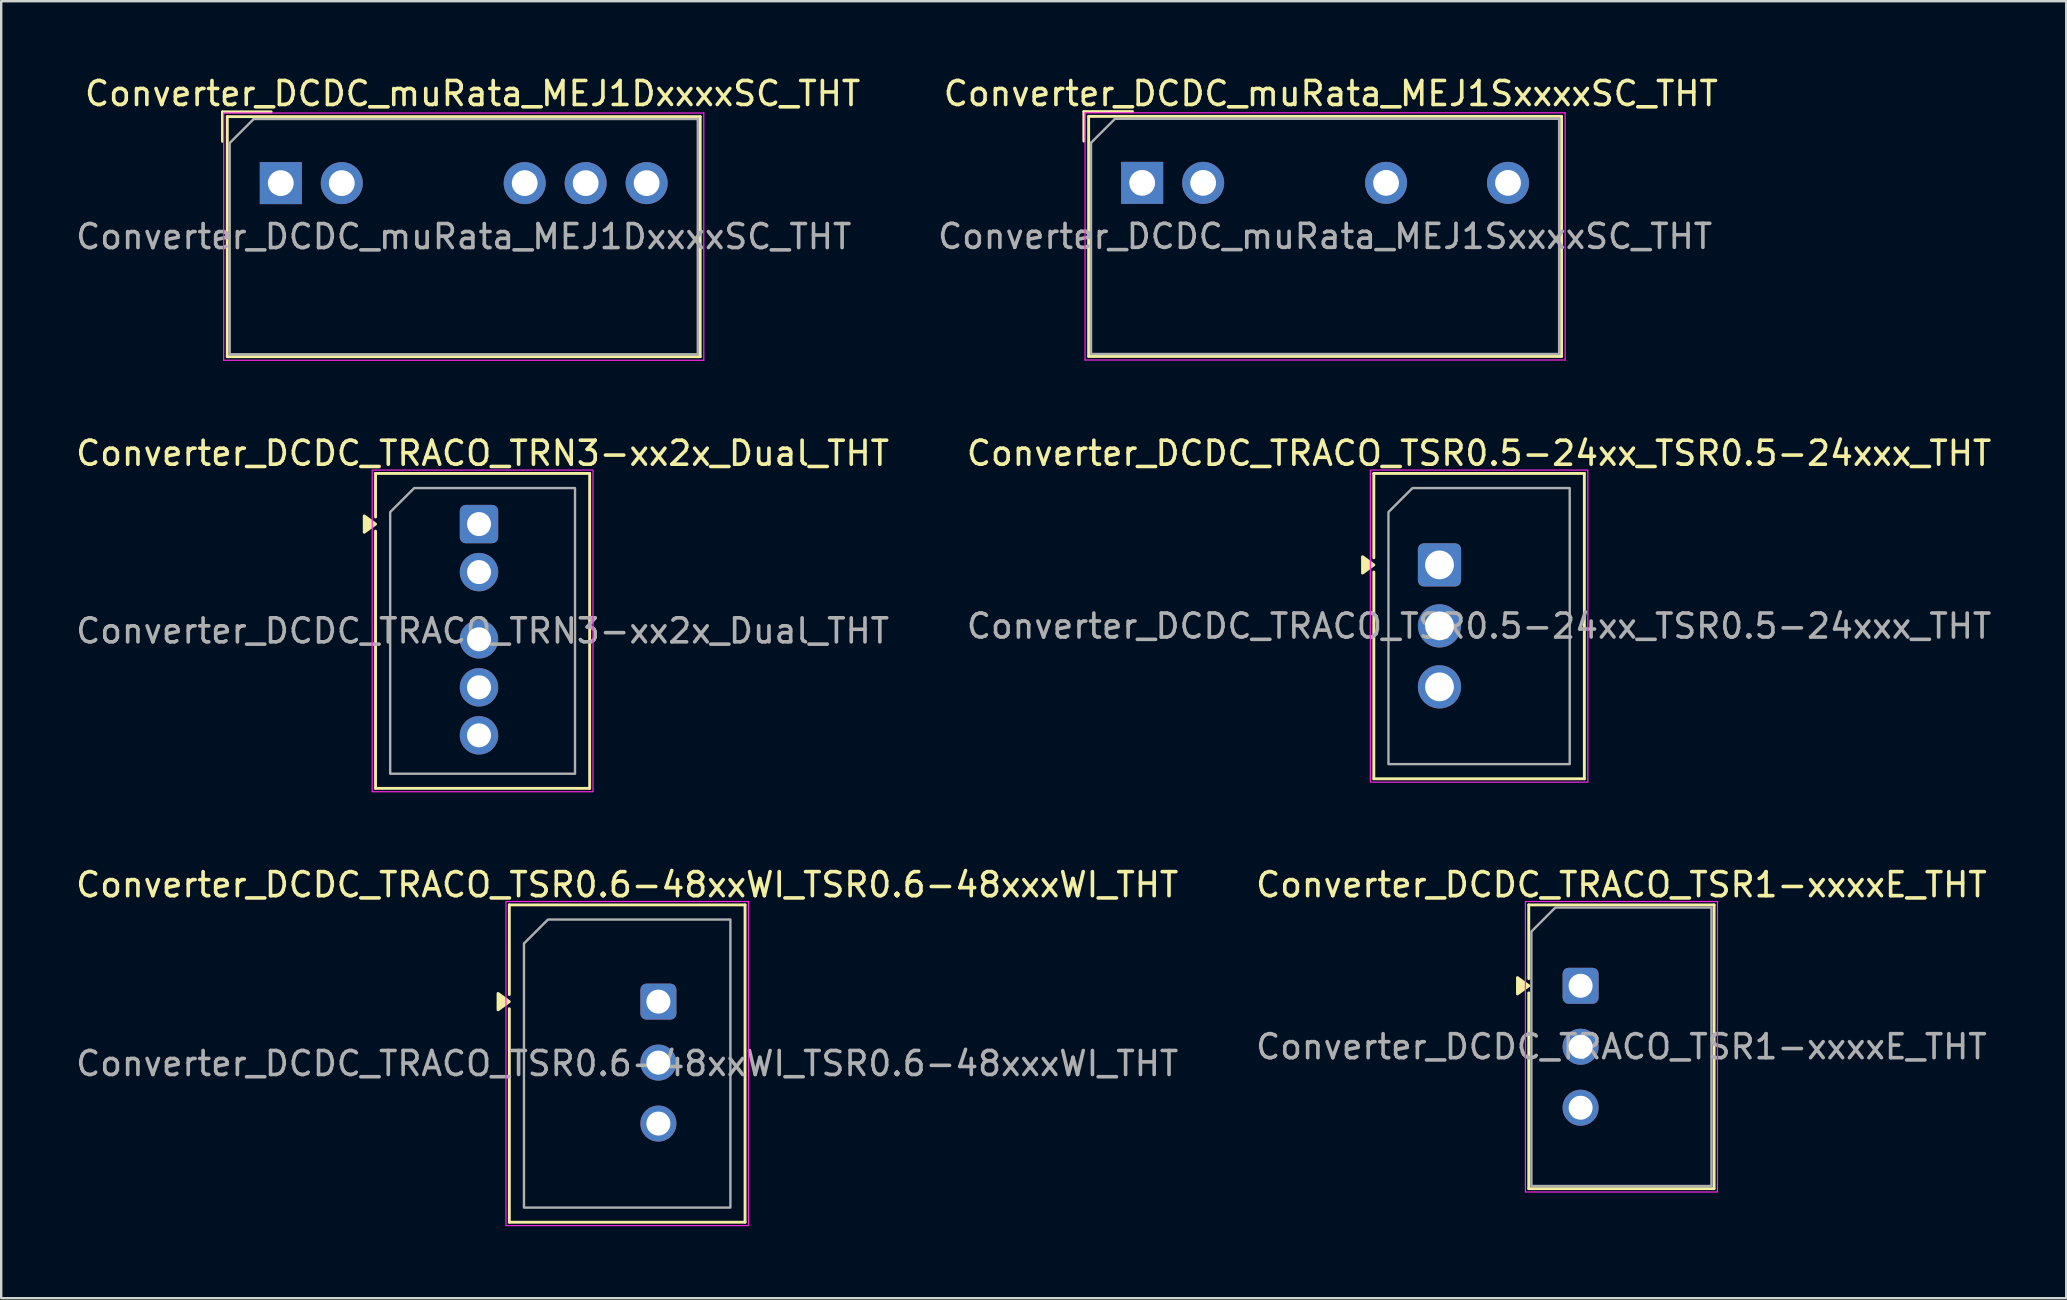
<source format=kicad_pcb>
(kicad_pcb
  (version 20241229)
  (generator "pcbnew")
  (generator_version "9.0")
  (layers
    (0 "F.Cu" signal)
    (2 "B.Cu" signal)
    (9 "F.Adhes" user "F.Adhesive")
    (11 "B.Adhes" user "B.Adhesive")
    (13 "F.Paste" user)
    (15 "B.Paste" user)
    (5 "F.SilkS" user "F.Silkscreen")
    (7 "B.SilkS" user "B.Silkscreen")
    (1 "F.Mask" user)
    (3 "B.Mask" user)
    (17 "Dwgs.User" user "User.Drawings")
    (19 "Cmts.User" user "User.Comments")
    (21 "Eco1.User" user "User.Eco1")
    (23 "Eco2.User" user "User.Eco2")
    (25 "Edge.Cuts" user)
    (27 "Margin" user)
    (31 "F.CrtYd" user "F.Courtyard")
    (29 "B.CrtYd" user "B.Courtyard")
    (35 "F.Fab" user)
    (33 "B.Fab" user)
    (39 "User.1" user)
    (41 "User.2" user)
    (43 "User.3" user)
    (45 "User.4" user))
  (footprint "Converter_DCDC_TRACO_TSR0.6-48xxWI_TSR0.6-48xxxWI_THT"
    (layer "F.Cu")
    (at 24.377 38.675)
    (property "Reference" "Converter_DCDC_TRACO_TSR0.6-48xxWI_TSR0.6-48xxxWI_THT" (at -1.3 -4.87 0) (layer "F.SilkS") (effects (font (size 1 1) (thickness 0.15))))
    (attr through_hole)
    (fp_line (start -6.21 -4.03) (end 3.61 -4.03) (stroke (width 0.12) (type solid)) (layer "F.SilkS"))
    (fp_line (start -6.21 -0.296) (end -6.21 -4.03) (stroke (width 0.12) (type solid)) (layer "F.SilkS"))
    (fp_line (start -6.21 9.19) (end -6.21 0.296) (stroke (width 0.12) (type solid)) (layer "F.SilkS"))
    (fp_line (start 3.61 -4.03) (end 3.61 9.19) (stroke (width 0.12) (type solid)) (layer "F.SilkS"))
    (fp_line (start 3.61 9.19) (end -6.21 9.19) (stroke (width 0.12) (type solid)) (layer "F.SilkS"))
    (fp_poly (pts (xy -6.21 0) (xy -6.68 0.34) (xy -6.68 -0.34)) (stroke (width 0.12) (type solid)) (fill yes) (layer "F.SilkS"))
    (fp_rect (start -6.35 -4.17) (end 3.75 9.33) (stroke (width 0.05) (type solid)) (fill no) (layer "F.CrtYd"))
    (fp_poly (pts (xy -5.6 -2.42) (xy -5.6 8.58) (xy 3 8.58) (xy 3 -3.42) (xy -4.6 -3.42)) (stroke (width 0.1) (type solid)) (fill no) (layer "F.Fab"))
    (fp_text user "${REFERENCE}" (at -1.3 2.58 0) (layer "F.Fab") (effects (font (size 1 1) (thickness 0.15))))
    (pad "1" thru_hole roundrect (at 0 0) (size 1.5 1.5) (drill 1) (layers "*.Cu" "*.Mask") (roundrect_rratio 0.167))
    (pad "2" thru_hole circle (at 0 2.54) (size 1.5 1.5) (drill 1) (layers "*.Cu" "*.Mask"))
    (pad "3" thru_hole circle (at 0 5.08) (size 1.5 1.5) (drill 1) (layers "*.Cu" "*.Mask")))
  (footprint "Converter_DCDC_muRata_MEJ1SxxxxSC_THT"
    (layer "F.Cu")
    (at 44.53 4.568)
    (property "Reference" "Converter_DCDC_muRata_MEJ1SxxxxSC_THT" (at 7.86 -3.72 180) (layer "F.SilkS") (effects (font (size 1 1) (thickness 0.15))))
    (attr through_hole)
    (fp_line (start -2.43 -2.97) (end -2.43 -1.74) (stroke (width 0.12) (type solid)) (layer "F.SilkS"))
    (fp_line (start -2.43 -2.97) (end -0.4 -2.97) (stroke (width 0.12) (type solid)) (layer "F.SilkS"))
    (fp_line (start -2.23 -2.77) (end -2.23 7.23) (stroke (width 0.12) (type solid)) (layer "F.SilkS"))
    (fp_line (start -2.23 7.23) (end 17.47 7.23) (stroke (width 0.12) (type solid)) (layer "F.SilkS"))
    (fp_line (start 17.47 -2.77) (end -2.23 -2.77) (stroke (width 0.12) (type solid)) (layer "F.SilkS"))
    (fp_line (start 17.47 7.23) (end 17.47 -2.77) (stroke (width 0.12) (type solid)) (layer "F.SilkS"))
    (fp_line (start -2.38 -2.92) (end -2.38 7.38) (stroke (width 0.05) (type solid)) (layer "F.CrtYd"))
    (fp_line (start 17.62 -2.92) (end -2.38 -2.92) (stroke (width 0.05) (type solid)) (layer "F.CrtYd"))
    (fp_line (start 17.62 7.38) (end -2.38 7.38) (stroke (width 0.05) (type solid)) (layer "F.CrtYd"))
    (fp_line (start 17.62 7.38) (end 17.62 -2.92) (stroke (width 0.05) (type solid)) (layer "F.CrtYd"))
    (fp_line (start -2.13 -1.67) (end -2.13 7.13) (stroke (width 0.1) (type solid)) (layer "F.Fab"))
    (fp_line (start -1.13 -2.67) (end -2.13 -1.67) (stroke (width 0.1) (type solid)) (layer "F.Fab"))
    (fp_line (start 17.37 -2.67) (end -1.13 -2.67) (stroke (width 0.1) (type solid)) (layer "F.Fab"))
    (fp_line (start 17.37 -2.67) (end 17.37 7.13) (stroke (width 0.1) (type solid)) (layer "F.Fab"))
    (fp_line (start 17.37 7.13) (end -2.13 7.13) (stroke (width 0.1) (type solid)) (layer "F.Fab"))
    (fp_text user "${REFERENCE}" (at 7.62 2.23 180) (layer "F.Fab") (effects (font (size 1 1) (thickness 0.15))))
    (pad "1" thru_hole rect (at 0 0) (size 1.75 1.75) (drill 1.075) (layers "*.Cu" "*.Mask"))
    (pad "2" thru_hole oval (at 2.54 0) (size 1.75 1.75) (drill 1.075) (layers "*.Cu" "*.Mask"))
    (pad "5" thru_hole oval (at 10.16 0) (size 1.75 1.75) (drill 1.075) (layers "*.Cu" "*.Mask"))
    (pad "7" thru_hole oval (at 15.24 0) (size 1.75 1.75) (drill 1.075) (layers "*.Cu" "*.Mask")))
  (footprint "Converter_DCDC_TRACO_TRN3-xx2x_Dual_THT"
    (layer "F.Cu")
    (at 16.904 18.782)
    (property "Reference" "Converter_DCDC_TRACO_TRN3-xx2x_Dual_THT" (at 0.15 -2.95 0) (layer "F.SilkS") (effects (font (size 1 1) (thickness 0.15))))
    (attr through_hole)
    (fp_line (start -4.31 -2.11) (end 4.61 -2.11) (stroke (width 0.12) (type solid)) (layer "F.SilkS"))
    (fp_line (start -4.31 -0.296) (end -4.31 -2.11) (stroke (width 0.12) (type solid)) (layer "F.SilkS"))
    (fp_line (start -4.31 11.01) (end -4.31 0.296) (stroke (width 0.12) (type solid)) (layer "F.SilkS"))
    (fp_line (start 4.61 -2.11) (end 4.61 11.01) (stroke (width 0.12) (type solid)) (layer "F.SilkS"))
    (fp_line (start 4.61 11.01) (end -4.31 11.01) (stroke (width 0.12) (type solid)) (layer "F.SilkS"))
    (fp_poly (pts (xy -4.31 0) (xy -4.78 0.34) (xy -4.78 -0.34)) (stroke (width 0.12) (type solid)) (fill yes) (layer "F.SilkS"))
    (fp_rect (start -4.45 -2.25) (end 4.75 11.15) (stroke (width 0.05) (type solid)) (fill no) (layer "F.CrtYd"))
    (fp_poly (pts (xy -3.7 -0.5) (xy -3.7 10.4) (xy 4 10.4) (xy 4 -1.5) (xy -2.7 -1.5)) (stroke (width 0.1) (type solid)) (fill no) (layer "F.Fab"))
    (fp_text user "${REFERENCE}" (at 0.15 4.45 0) (layer "F.Fab") (effects (font (size 1 1) (thickness 0.15))))
    (pad "1" thru_hole roundrect (at 0 0) (size 1.6 1.6) (drill 1) (layers "*.Cu" "*.Mask") (roundrect_rratio 0.156))
    (pad "2" thru_hole circle (at 0 2) (size 1.6 1.6) (drill 1) (layers "*.Cu" "*.Mask"))
    (pad "3" thru_hole circle (at 0 4.8) (size 1.6 1.6) (drill 1) (layers "*.Cu" "*.Mask"))
    (pad "4" thru_hole circle (at 0 6.8) (size 1.6 1.6) (drill 1) (layers "*.Cu" "*.Mask"))
    (pad "5" thru_hole circle (at 0 8.8) (size 1.6 1.6) (drill 1) (layers "*.Cu" "*.Mask")))
  (footprint "Converter_DCDC_TRACO_TSR1-xxxxE_THT"
    (layer "F.Cu")
    (at 62.794 38.015)
    (property "Reference" "Converter_DCDC_TRACO_TSR1-xxxxE_THT" (at 1.7 -4.21 0) (layer "F.SilkS") (effects (font (size 1 1) (thickness 0.15))))
    (attr through_hole)
    (fp_line (start -2.16 -3.37) (end 5.56 -3.37) (stroke (width 0.12) (type solid)) (layer "F.SilkS"))
    (fp_line (start -2.16 -0.296) (end -2.16 -3.37) (stroke (width 0.12) (type solid)) (layer "F.SilkS"))
    (fp_line (start -2.16 8.45) (end -2.16 0.296) (stroke (width 0.12) (type solid)) (layer "F.SilkS"))
    (fp_line (start 5.56 -3.37) (end 5.56 8.45) (stroke (width 0.12) (type solid)) (layer "F.SilkS"))
    (fp_line (start 5.56 8.45) (end -2.16 8.45) (stroke (width 0.12) (type solid)) (layer "F.SilkS"))
    (fp_poly (pts (xy -2.16 0) (xy -2.63 0.34) (xy -2.63 -0.34)) (stroke (width 0.12) (type solid)) (fill yes) (layer "F.SilkS"))
    (fp_rect (start -2.3 -3.51) (end 5.7 8.59) (stroke (width 0.05) (type solid)) (fill no) (layer "F.CrtYd"))
    (fp_poly (pts (xy -2.05 -2.26) (xy -2.05 8.34) (xy 5.45 8.34) (xy 5.45 -3.26) (xy -1.05 -3.26)) (stroke (width 0.1) (type solid)) (fill no) (layer "F.Fab"))
    (fp_text user "${REFERENCE}" (at 1.7 2.54 0) (layer "F.Fab") (effects (font (size 1 1) (thickness 0.15))))
    (pad "1" thru_hole roundrect (at 0 0) (size 1.5 1.5) (drill 1) (layers "*.Cu" "*.Mask") (roundrect_rratio 0.167))
    (pad "2" thru_hole circle (at 0 2.54) (size 1.5 1.5) (drill 1) (layers "*.Cu" "*.Mask"))
    (pad "3" thru_hole circle (at 0 5.08) (size 1.5 1.5) (drill 1) (layers "*.Cu" "*.Mask")))
  (footprint "Converter_DCDC_TRACO_TSR0.5-24xx_TSR0.5-24xxx_THT"
    (layer "F.Cu")
    (at 56.915 20.482)
    (property "Reference" "Converter_DCDC_TRACO_TSR0.5-24xx_TSR0.5-24xxx_THT" (at 1.65 -4.65 0) (layer "F.SilkS") (effects (font (size 1 1) (thickness 0.15))))
    (attr through_hole)
    (fp_line (start -2.735 -3.81) (end 6.035 -3.81) (stroke (width 0.12) (type solid)) (layer "F.SilkS"))
    (fp_line (start -2.735 -0.296) (end -2.735 -3.81) (stroke (width 0.12) (type solid)) (layer "F.SilkS"))
    (fp_line (start -2.735 8.91) (end -2.735 0.296) (stroke (width 0.12) (type solid)) (layer "F.SilkS"))
    (fp_line (start 6.035 -3.81) (end 6.035 8.91) (stroke (width 0.12) (type solid)) (layer "F.SilkS"))
    (fp_line (start 6.035 8.91) (end -2.735 8.91) (stroke (width 0.12) (type solid)) (layer "F.SilkS"))
    (fp_poly (pts (xy -2.735 0) (xy -3.205 0.34) (xy -3.205 -0.34)) (stroke (width 0.12) (type solid)) (fill yes) (layer "F.SilkS"))
    (fp_rect (start -2.88 -3.95) (end 6.18 9.05) (stroke (width 0.05) (type solid)) (fill no) (layer "F.CrtYd"))
    (fp_poly (pts (xy -2.125 -2.2) (xy -2.125 8.3) (xy 5.425 8.3) (xy 5.425 -3.2) (xy -1.125 -3.2)) (stroke (width 0.1) (type solid)) (fill no) (layer "F.Fab"))
    (fp_text user "${REFERENCE}" (at 1.65 2.55 0) (layer "F.Fab") (effects (font (size 1 1) (thickness 0.15))))
    (pad "1" thru_hole roundrect (at 0 0) (size 1.8 1.8) (drill 1.2) (layers "*.Cu" "*.Mask") (roundrect_rratio 0.139))
    (pad "2" thru_hole circle (at 0 2.54) (size 1.8 1.8) (drill 1.2) (layers "*.Cu" "*.Mask"))
    (pad "3" thru_hole circle (at 0 5.08) (size 1.8 1.8) (drill 1.2) (layers "*.Cu" "*.Mask")))
  (footprint "Converter_DCDC_muRata_MEJ1DxxxxSC_THT"
    (layer "F.Cu")
    (at 8.648 4.578)
    (property "Reference" "Converter_DCDC_muRata_MEJ1DxxxxSC_THT" (at 7.99 -3.73 0) (layer "F.SilkS") (effects (font (size 1 1) (thickness 0.15))))
    (attr through_hole)
    (fp_line (start -2.43 -2.97) (end -2.43 -1.74) (stroke (width 0.12) (type solid)) (layer "F.SilkS"))
    (fp_line (start -2.43 -2.97) (end -0.4 -2.97) (stroke (width 0.12) (type solid)) (layer "F.SilkS"))
    (fp_line (start -2.23 -2.77) (end -2.23 7.23) (stroke (width 0.12) (type solid)) (layer "F.SilkS"))
    (fp_line (start -2.23 7.23) (end 17.47 7.23) (stroke (width 0.12) (type solid)) (layer "F.SilkS"))
    (fp_line (start 17.47 -2.77) (end -2.23 -2.77) (stroke (width 0.12) (type solid)) (layer "F.SilkS"))
    (fp_line (start 17.47 7.23) (end 17.47 -2.77) (stroke (width 0.12) (type solid)) (layer "F.SilkS"))
    (fp_line (start -2.38 -2.92) (end -2.38 7.38) (stroke (width 0.05) (type solid)) (layer "F.CrtYd"))
    (fp_line (start 17.62 -2.92) (end -2.38 -2.92) (stroke (width 0.05) (type solid)) (layer "F.CrtYd"))
    (fp_line (start 17.62 7.38) (end -2.38 7.38) (stroke (width 0.05) (type solid)) (layer "F.CrtYd"))
    (fp_line (start 17.62 7.38) (end 17.62 -2.92) (stroke (width 0.05) (type solid)) (layer "F.CrtYd"))
    (fp_line (start -2.13 -1.67) (end -2.13 7.13) (stroke (width 0.1) (type solid)) (layer "F.Fab"))
    (fp_line (start -1.13 -2.67) (end -2.13 -1.67) (stroke (width 0.1) (type solid)) (layer "F.Fab"))
    (fp_line (start 17.37 -2.67) (end -1.13 -2.67) (stroke (width 0.1) (type solid)) (layer "F.Fab"))
    (fp_line (start 17.37 -2.67) (end 17.37 7.13) (stroke (width 0.1) (type solid)) (layer "F.Fab"))
    (fp_line (start 17.37 7.13) (end -2.13 7.13) (stroke (width 0.1) (type solid)) (layer "F.Fab"))
    (fp_text user "${REFERENCE}" (at 7.62 2.23 180) (layer "F.Fab") (effects (font (size 1 1) (thickness 0.15))))
    (pad "1" thru_hole rect (at 0 0) (size 1.75 1.75) (drill 1.075) (layers "*.Cu" "*.Mask"))
    (pad "2" thru_hole oval (at 2.54 0) (size 1.75 1.75) (drill 1.075) (layers "*.Cu" "*.Mask"))
    (pad "5" thru_hole oval (at 10.16 0) (size 1.75 1.75) (drill 1.075) (layers "*.Cu" "*.Mask"))
    (pad "6" thru_hole oval (at 12.7 0) (size 1.75 1.75) (drill 1.075) (layers "*.Cu" "*.Mask"))
    (pad "7" thru_hole oval (at 15.24 0) (size 1.75 1.75) (drill 1.075) (layers "*.Cu" "*.Mask")))
  (gr_rect
    (start -3 -3)
    (end 83.024 51.03)
    (stroke (width 0.1) (type default))
    (fill no)
    (layer "Edge.Cuts")))
</source>
